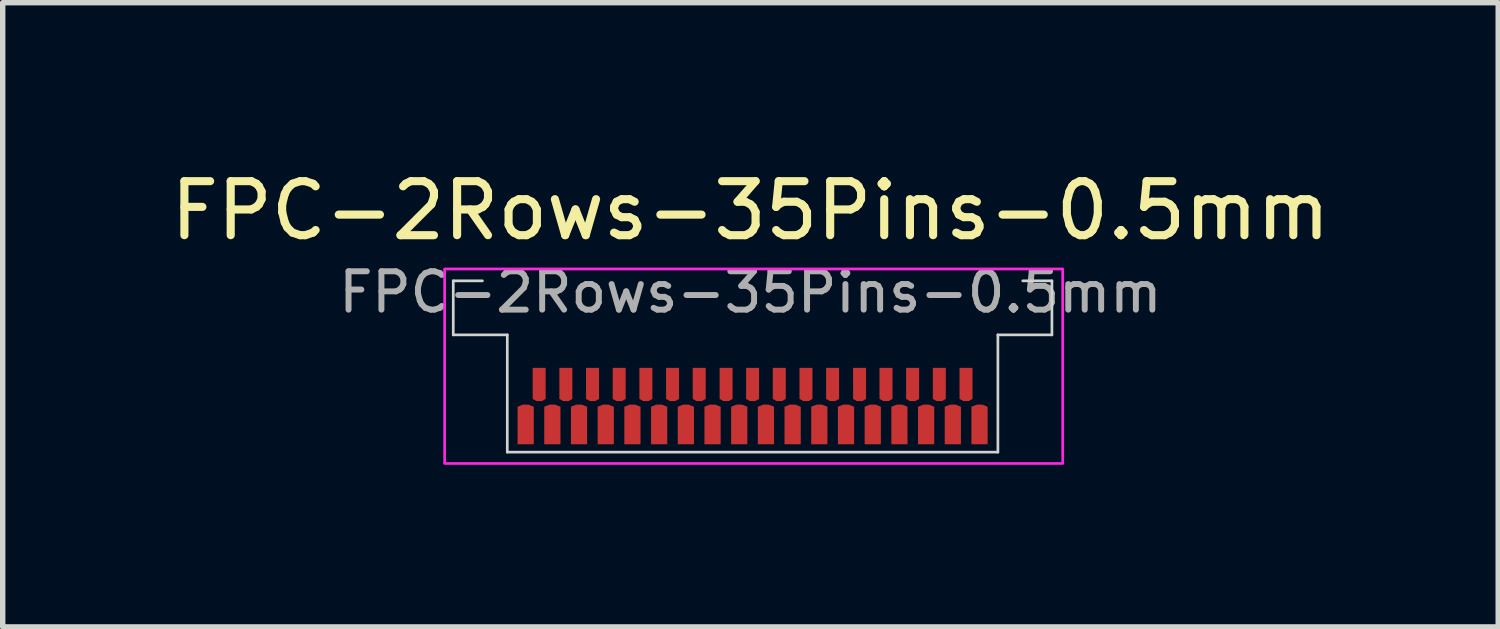
<source format=kicad_pcb>
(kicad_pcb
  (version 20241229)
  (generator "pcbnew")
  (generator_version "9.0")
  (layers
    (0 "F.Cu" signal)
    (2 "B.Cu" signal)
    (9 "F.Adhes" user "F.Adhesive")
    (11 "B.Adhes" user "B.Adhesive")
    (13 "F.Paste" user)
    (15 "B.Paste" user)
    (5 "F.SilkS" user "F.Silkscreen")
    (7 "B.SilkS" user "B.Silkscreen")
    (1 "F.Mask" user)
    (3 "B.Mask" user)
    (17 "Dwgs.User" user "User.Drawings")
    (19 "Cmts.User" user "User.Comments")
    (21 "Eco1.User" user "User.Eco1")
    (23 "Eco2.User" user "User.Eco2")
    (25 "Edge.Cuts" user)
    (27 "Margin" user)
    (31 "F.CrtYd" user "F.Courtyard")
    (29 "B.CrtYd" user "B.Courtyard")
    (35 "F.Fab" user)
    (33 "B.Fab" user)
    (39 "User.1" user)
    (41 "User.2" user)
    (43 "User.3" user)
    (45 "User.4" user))
  (footprint "FPC-2Rows-35Pins-0.5mm"
    (layer "F.Cu")
    (at 10.879 3.358)
    (property "Reference" "FPC-2Rows-35Pins-0.5mm" (at -0.04 -2.51 0) (layer "F.SilkS") (effects (font (size 1 1) (thickness 0.15))))
    (attr smd)
    (fp_poly (pts (xy -4.55 1.94) (xy -4.55 0.24) (xy 4.55 0.24) (xy 4.55 1.94)) (stroke (width 0.1) (type solid)) (fill yes) (layer "F.Mask"))
    (fp_line (start -5.54 -0.21) (end -5.54 -1.21) (stroke (width 0.05) (type default)) (layer "Edge.Cuts"))
    (fp_line (start -5 -1.21) (end -5.54 -1.21) (stroke (width 0.05) (type solid)) (layer "Edge.Cuts"))
    (fp_line (start -4.54 -0.21) (end -5.54 -0.21) (stroke (width 0.05) (type default)) (layer "Edge.Cuts"))
    (fp_line (start -4.54 1.96) (end -4.54 -0.21) (stroke (width 0.05) (type default)) (layer "Edge.Cuts"))
    (fp_line (start -4.54 1.96) (end 4.54 1.96) (stroke (width 0.05) (type solid)) (layer "Edge.Cuts"))
    (fp_line (start 4.54 -0.21) (end 5.54 -0.21) (stroke (width 0.05) (type solid)) (layer "Edge.Cuts"))
    (fp_line (start 4.54 1.96) (end 4.54 -0.21) (stroke (width 0.05) (type solid)) (layer "Edge.Cuts"))
    (fp_line (start 5 -1.21) (end 5.54 -1.21) (stroke (width 0.05) (type solid)) (layer "Edge.Cuts"))
    (fp_line (start 5.54 -0.21) (end 5.54 -1.21) (stroke (width 0.05) (type solid)) (layer "Edge.Cuts"))
    (fp_rect (start -5.7 -1.43) (end 5.74 2.17) (stroke (width 0.05) (type default)) (fill no) (layer "F.CrtYd"))
    (fp_text user "${REFERENCE}" (at -0.04 -1 0) (layer "F.Fab") (effects (font (size 0.71 0.71) (thickness 0.11))))
    (pad "1" smd custom (at -4.2 1.45) (size 0.3 0.5) (layers "F.Cu" "F.Mask" "F.Paste") (options (anchor rect)) (primitives (gr_poly (pts (xy 0.15 0.365) (xy 0.15 -0.33) (xy 0.05 -0.37) (xy -0.05 -0.37) (xy -0.15 -0.33) (xy -0.15 0.365)) (width 0) (fill yes))))
    (pad "2" smd custom (at -3.95 0.7) (size 0.24 0.5) (layers "F.Cu" "F.Mask" "F.Paste") (options (anchor rect)) (primitives (gr_poly (pts (xy -0.12 -0.3) (xy -0.12 0.275) (xy -0.05 0.315) (xy 0.05 0.315) (xy 0.12 0.275) (xy 0.12 -0.3)) (width 0) (fill yes))))
    (pad "3" smd custom (at -3.706 1.45) (size 0.3 0.5) (layers "F.Cu" "F.Mask" "F.Paste") (options (anchor rect)) (primitives (gr_poly (pts (xy 0.15 0.365) (xy 0.15 -0.33) (xy 0.05 -0.37) (xy -0.05 -0.37) (xy -0.15 -0.33) (xy -0.15 0.365)) (width 0) (fill yes))))
    (pad "4" smd custom (at -3.456 0.7) (size 0.24 0.5) (layers "F.Cu" "F.Mask" "F.Paste") (options (anchor rect)) (primitives (gr_poly (pts (xy -0.12 -0.3) (xy -0.12 0.275) (xy -0.05 0.315) (xy 0.05 0.315) (xy 0.12 0.275) (xy 0.12 -0.3)) (width 0) (fill yes))))
    (pad "5" smd custom (at -3.212 1.45) (size 0.3 0.5) (layers "F.Cu" "F.Mask" "F.Paste") (options (anchor rect)) (primitives (gr_poly (pts (xy 0.15 0.365) (xy 0.15 -0.33) (xy 0.05 -0.37) (xy -0.05 -0.37) (xy -0.15 -0.33) (xy -0.15 0.365)) (width 0) (fill yes))))
    (pad "6" smd custom (at -2.962 0.7) (size 0.24 0.5) (layers "F.Cu" "F.Mask" "F.Paste") (options (anchor rect)) (primitives (gr_poly (pts (xy -0.12 -0.3) (xy -0.12 0.275) (xy -0.05 0.315) (xy 0.05 0.315) (xy 0.12 0.275) (xy 0.12 -0.3)) (width 0) (fill yes))))
    (pad "7" smd custom (at -2.718 1.45) (size 0.3 0.5) (layers "F.Cu" "F.Mask" "F.Paste") (options (anchor rect)) (primitives (gr_poly (pts (xy 0.15 0.365) (xy 0.15 -0.33) (xy 0.05 -0.37) (xy -0.05 -0.37) (xy -0.15 -0.33) (xy -0.15 0.365)) (width 0) (fill yes))))
    (pad "8" smd custom (at -2.469 0.7) (size 0.24 0.5) (layers "F.Cu" "F.Mask" "F.Paste") (options (anchor rect)) (primitives (gr_poly (pts (xy -0.12 -0.3) (xy -0.12 0.275) (xy -0.05 0.315) (xy 0.05 0.315) (xy 0.12 0.275) (xy 0.12 -0.3)) (width 0) (fill yes))))
    (pad "9" smd custom (at -2.224 1.45) (size 0.3 0.5) (layers "F.Cu" "F.Mask" "F.Paste") (options (anchor rect)) (primitives (gr_poly (pts (xy 0.15 0.365) (xy 0.15 -0.33) (xy 0.05 -0.37) (xy -0.05 -0.37) (xy -0.15 -0.33) (xy -0.15 0.365)) (width 0) (fill yes))))
    (pad "10" smd custom (at -1.975 0.7) (size 0.24 0.5) (layers "F.Cu" "F.Mask" "F.Paste") (options (anchor rect)) (primitives (gr_poly (pts (xy -0.12 -0.3) (xy -0.12 0.275) (xy -0.05 0.315) (xy 0.05 0.315) (xy 0.12 0.275) (xy 0.12 -0.3)) (width 0) (fill yes))))
    (pad "11" smd custom (at -1.729 1.45) (size 0.3 0.5) (layers "F.Cu" "F.Mask" "F.Paste") (options (anchor rect)) (primitives (gr_poly (pts (xy 0.15 0.365) (xy 0.15 -0.33) (xy 0.05 -0.37) (xy -0.05 -0.37) (xy -0.15 -0.33) (xy -0.15 0.365)) (width 0) (fill yes))))
    (pad "12" smd custom (at -1.481 0.7) (size 0.24 0.5) (layers "F.Cu" "F.Mask" "F.Paste") (options (anchor rect)) (primitives (gr_poly (pts (xy -0.12 -0.3) (xy -0.12 0.275) (xy -0.05 0.315) (xy 0.05 0.315) (xy 0.12 0.275) (xy 0.12 -0.3)) (width 0) (fill yes))))
    (pad "13" smd custom (at -1.235 1.45) (size 0.3 0.5) (layers "F.Cu" "F.Mask" "F.Paste") (options (anchor rect)) (primitives (gr_poly (pts (xy 0.15 0.365) (xy 0.15 -0.33) (xy 0.05 -0.37) (xy -0.05 -0.37) (xy -0.15 -0.33) (xy -0.15 0.365)) (width 0) (fill yes))))
    (pad "14" smd custom (at -0.988 0.7) (size 0.24 0.5) (layers "F.Cu" "F.Mask" "F.Paste") (options (anchor rect)) (primitives (gr_poly (pts (xy -0.12 -0.3) (xy -0.12 0.275) (xy -0.05 0.315) (xy 0.05 0.315) (xy 0.12 0.275) (xy 0.12 -0.3)) (width 0) (fill yes))))
    (pad "15" smd custom (at -0.741 1.45) (size 0.3 0.5) (layers "F.Cu" "F.Mask" "F.Paste") (options (anchor rect)) (primitives (gr_poly (pts (xy 0.15 0.365) (xy 0.15 -0.33) (xy 0.05 -0.37) (xy -0.05 -0.37) (xy -0.15 -0.33) (xy -0.15 0.365)) (width 0) (fill yes))))
    (pad "16" smd custom (at -0.49 0.7) (size 0.24 0.5) (layers "F.Cu" "F.Mask" "F.Paste") (options (anchor rect)) (primitives (gr_poly (pts (xy -0.12 -0.3) (xy -0.12 0.275) (xy -0.05 0.315) (xy 0.05 0.315) (xy 0.12 0.275) (xy 0.12 -0.3)) (width 0) (fill yes))))
    (pad "17" smd custom (at -0.247 1.45) (size 0.3 0.5) (layers "F.Cu" "F.Mask" "F.Paste") (options (anchor rect)) (primitives (gr_poly (pts (xy 0.15 0.365) (xy 0.15 -0.33) (xy 0.05 -0.37) (xy -0.05 -0.37) (xy -0.15 -0.33) (xy -0.15 0.365)) (width 0) (fill yes))))
    (pad "18" smd custom (at 0 0.7) (size 0.24 0.5) (layers "F.Cu" "F.Mask" "F.Paste") (options (anchor rect)) (primitives (gr_poly (pts (xy -0.12 -0.3) (xy -0.12 0.275) (xy -0.05 0.315) (xy 0.05 0.315) (xy 0.12 0.275) (xy 0.12 -0.3)) (width 0) (fill yes))))
    (pad "19" smd custom (at 0.247 1.45) (size 0.3 0.5) (layers "F.Cu" "F.Mask" "F.Paste") (options (anchor rect)) (primitives (gr_poly (pts (xy 0.15 0.365) (xy 0.15 -0.33) (xy 0.05 -0.37) (xy -0.05 -0.37) (xy -0.15 -0.33) (xy -0.15 0.365)) (width 0) (fill yes))))
    (pad "20" smd custom (at 0.494 0.7) (size 0.24 0.5) (layers "F.Cu" "F.Mask" "F.Paste") (options (anchor rect)) (primitives (gr_poly (pts (xy -0.12 -0.3) (xy -0.12 0.275) (xy -0.05 0.315) (xy 0.05 0.315) (xy 0.12 0.275) (xy 0.12 -0.3)) (width 0) (fill yes))))
    (pad "21" smd custom (at 0.741 1.45) (size 0.3 0.5) (layers "F.Cu" "F.Mask" "F.Paste") (options (anchor rect)) (primitives (gr_poly (pts (xy 0.15 0.365) (xy 0.15 -0.33) (xy 0.05 -0.37) (xy -0.05 -0.37) (xy -0.15 -0.33) (xy -0.15 0.365)) (width 0) (fill yes))))
    (pad "22" smd custom (at 0.988 0.7) (size 0.24 0.5) (layers "F.Cu" "F.Mask" "F.Paste") (options (anchor rect)) (primitives (gr_poly (pts (xy -0.12 -0.3) (xy -0.12 0.275) (xy -0.05 0.315) (xy 0.05 0.315) (xy 0.12 0.275) (xy 0.12 -0.3)) (width 0) (fill yes))))
    (pad "23" smd custom (at 1.235 1.45) (size 0.3 0.5) (layers "F.Cu" "F.Mask" "F.Paste") (options (anchor rect)) (primitives (gr_poly (pts (xy 0.15 0.365) (xy 0.15 -0.33) (xy 0.05 -0.37) (xy -0.05 -0.37) (xy -0.15 -0.33) (xy -0.15 0.365)) (width 0) (fill yes))))
    (pad "24" smd custom (at 1.481 0.7) (size 0.24 0.5) (layers "F.Cu" "F.Mask" "F.Paste") (options (anchor rect)) (primitives (gr_poly (pts (xy -0.12 -0.3) (xy -0.12 0.275) (xy -0.05 0.315) (xy 0.05 0.315) (xy 0.12 0.275) (xy 0.12 -0.3)) (width 0) (fill yes))))
    (pad "25" smd custom (at 1.729 1.45) (size 0.3 0.5) (layers "F.Cu" "F.Mask" "F.Paste") (options (anchor rect)) (primitives (gr_poly (pts (xy 0.15 0.365) (xy 0.15 -0.33) (xy 0.05 -0.37) (xy -0.05 -0.37) (xy -0.15 -0.33) (xy -0.15 0.365)) (width 0) (fill yes))))
    (pad "26" smd custom (at 1.98 0.7) (size 0.24 0.5) (layers "F.Cu" "F.Mask" "F.Paste") (options (anchor rect)) (primitives (gr_poly (pts (xy -0.12 -0.3) (xy -0.12 0.275) (xy -0.05 0.315) (xy 0.05 0.315) (xy 0.12 0.275) (xy 0.12 -0.3)) (width 0) (fill yes))))
    (pad "27" smd custom (at 2.224 1.45) (size 0.3 0.5) (layers "F.Cu" "F.Mask" "F.Paste") (options (anchor rect)) (primitives (gr_poly (pts (xy 0.15 0.365) (xy 0.15 -0.33) (xy 0.05 -0.37) (xy -0.05 -0.37) (xy -0.15 -0.33) (xy -0.15 0.365)) (width 0) (fill yes))))
    (pad "28" smd custom (at 2.469 0.7) (size 0.24 0.5) (layers "F.Cu" "F.Mask" "F.Paste") (options (anchor rect)) (primitives (gr_poly (pts (xy -0.12 -0.3) (xy -0.12 0.275) (xy -0.05 0.315) (xy 0.05 0.315) (xy 0.12 0.275) (xy 0.12 -0.3)) (width 0) (fill yes))))
    (pad "29" smd custom (at 2.718 1.45) (size 0.3 0.5) (layers "F.Cu" "F.Mask" "F.Paste") (options (anchor rect)) (primitives (gr_poly (pts (xy 0.15 0.365) (xy 0.15 -0.33) (xy 0.05 -0.37) (xy -0.05 -0.37) (xy -0.15 -0.33) (xy -0.15 0.365)) (width 0) (fill yes))))
    (pad "30" smd custom (at 2.962 0.7) (size 0.24 0.5) (layers "F.Cu" "F.Mask" "F.Paste") (options (anchor rect)) (primitives (gr_poly (pts (xy -0.12 -0.3) (xy -0.12 0.275) (xy -0.05 0.315) (xy 0.05 0.315) (xy 0.12 0.275) (xy 0.12 -0.3)) (width 0) (fill yes))))
    (pad "31" smd custom (at 3.212 1.45) (size 0.3 0.5) (layers "F.Cu" "F.Mask" "F.Paste") (options (anchor rect)) (primitives (gr_poly (pts (xy 0.15 0.365) (xy 0.15 -0.33) (xy 0.05 -0.37) (xy -0.05 -0.37) (xy -0.15 -0.33) (xy -0.15 0.365)) (width 0) (fill yes))))
    (pad "32" smd custom (at 3.456 0.7) (size 0.24 0.5) (layers "F.Cu" "F.Mask" "F.Paste") (options (anchor rect)) (primitives (gr_poly (pts (xy -0.12 -0.3) (xy -0.12 0.275) (xy -0.05 0.315) (xy 0.05 0.315) (xy 0.12 0.275) (xy 0.12 -0.3)) (width 0) (fill yes))))
    (pad "33" smd custom (at 3.706 1.45) (size 0.3 0.5) (layers "F.Cu" "F.Mask" "F.Paste") (options (anchor rect)) (primitives (gr_poly (pts (xy 0.15 0.365) (xy 0.15 -0.33) (xy 0.05 -0.37) (xy -0.05 -0.37) (xy -0.15 -0.33) (xy -0.15 0.365)) (width 0) (fill yes))))
    (pad "34" smd custom (at 3.95 0.7) (size 0.24 0.5) (layers "F.Cu" "F.Mask" "F.Paste") (options (anchor rect)) (primitives (gr_poly (pts (xy -0.12 -0.3) (xy -0.12 0.275) (xy -0.05 0.315) (xy 0.05 0.315) (xy 0.12 0.275) (xy 0.12 -0.3)) (width 0) (fill yes))))
    (pad "35" smd custom (at 4.2 1.45) (size 0.3 0.5) (layers "F.Cu" "F.Mask" "F.Paste") (options (anchor rect)) (primitives (gr_poly (pts (xy 0.15 0.365) (xy 0.15 -0.33) (xy 0.05 -0.37) (xy -0.05 -0.37) (xy -0.15 -0.33) (xy -0.15 0.365)) (width 0) (fill yes)))))
  (gr_rect
    (start -3 -3)
    (end 24.679 8.553)
    (stroke (width 0.1) (type default))
    (fill no)
    (layer "Edge.Cuts")))
</source>
